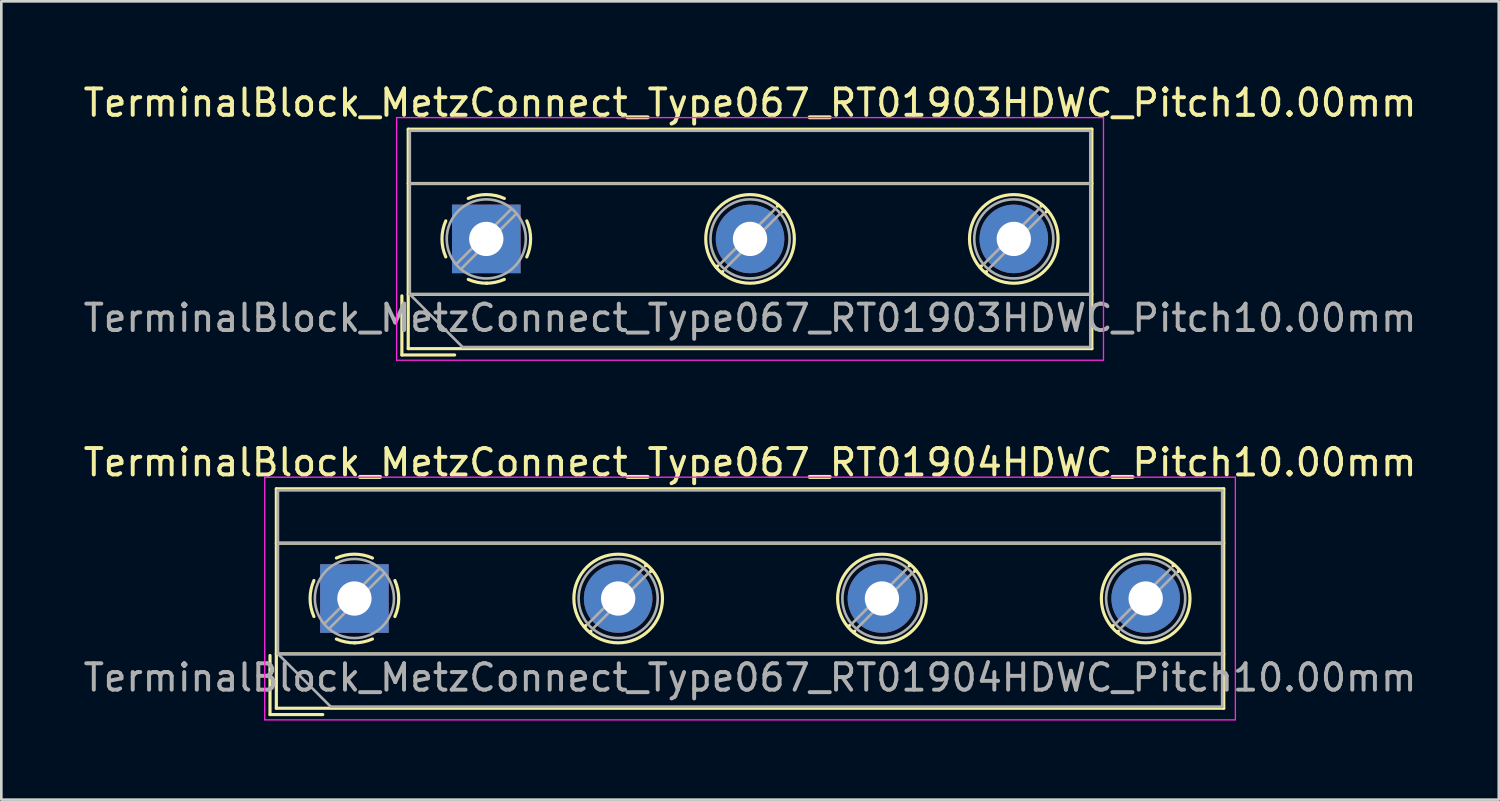
<source format=kicad_pcb>
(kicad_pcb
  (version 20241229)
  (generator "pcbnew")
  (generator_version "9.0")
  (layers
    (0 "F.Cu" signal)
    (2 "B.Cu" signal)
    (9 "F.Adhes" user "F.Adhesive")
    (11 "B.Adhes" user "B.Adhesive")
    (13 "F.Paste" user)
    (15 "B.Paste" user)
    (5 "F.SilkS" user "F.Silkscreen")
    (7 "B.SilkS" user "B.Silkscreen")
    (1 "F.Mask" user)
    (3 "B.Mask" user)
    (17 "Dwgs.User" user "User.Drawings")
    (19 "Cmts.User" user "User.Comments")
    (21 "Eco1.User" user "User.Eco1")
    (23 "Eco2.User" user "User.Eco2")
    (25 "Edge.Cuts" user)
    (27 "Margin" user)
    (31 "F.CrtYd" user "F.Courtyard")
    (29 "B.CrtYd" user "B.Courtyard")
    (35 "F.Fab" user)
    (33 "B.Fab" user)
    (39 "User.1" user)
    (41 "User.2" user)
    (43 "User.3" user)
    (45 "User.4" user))
  (footprint "TerminalBlock_MetzConnect_Type067_RT01904HDWC_Pitch10.00mm"
    (layer "F.Cu")
    (at 10.387 19.642)
    (property "Reference" "TerminalBlock_MetzConnect_Type067_RT01904HDWC_Pitch10.00mm" (at 15 -5.16 0) (layer "F.SilkS") (effects (font (size 1 1) (thickness 0.15))))
    (attr through_hole)
    (fp_line (start -3.2 2.16) (end -3.2 4.4) (stroke (width 0.12) (type solid)) (layer "F.SilkS"))
    (fp_line (start -3.2 4.4) (end -1.2 4.4) (stroke (width 0.12) (type solid)) (layer "F.SilkS"))
    (fp_line (start -2.96 -4.16) (end -2.96 4.16) (stroke (width 0.12) (type solid)) (layer "F.SilkS"))
    (fp_line (start -2.96 -2.1) (end 32.96 -2.1) (stroke (width 0.12) (type solid)) (layer "F.SilkS"))
    (fp_line (start -2.96 2.1) (end 32.96 2.1) (stroke (width 0.12) (type solid)) (layer "F.SilkS"))
    (fp_line (start -2.96 4.16) (end 32.96 4.16) (stroke (width 0.12) (type solid)) (layer "F.SilkS"))
    (fp_line (start 8.773 1.023) (end 8.726 1.069) (stroke (width 0.12) (type solid)) (layer "F.SilkS"))
    (fp_line (start 8.966 1.239) (end 8.931 1.274) (stroke (width 0.12) (type solid)) (layer "F.SilkS"))
    (fp_line (start 11.07 -1.275) (end 11.035 -1.239) (stroke (width 0.12) (type solid)) (layer "F.SilkS"))
    (fp_line (start 11.275 -1.069) (end 11.228 -1.023) (stroke (width 0.12) (type solid)) (layer "F.SilkS"))
    (fp_line (start 18.773 1.023) (end 18.726 1.069) (stroke (width 0.12) (type solid)) (layer "F.SilkS"))
    (fp_line (start 18.966 1.239) (end 18.931 1.274) (stroke (width 0.12) (type solid)) (layer "F.SilkS"))
    (fp_line (start 21.07 -1.275) (end 21.035 -1.239) (stroke (width 0.12) (type solid)) (layer "F.SilkS"))
    (fp_line (start 21.275 -1.069) (end 21.228 -1.023) (stroke (width 0.12) (type solid)) (layer "F.SilkS"))
    (fp_line (start 28.773 1.023) (end 28.726 1.069) (stroke (width 0.12) (type solid)) (layer "F.SilkS"))
    (fp_line (start 28.966 1.239) (end 28.931 1.274) (stroke (width 0.12) (type solid)) (layer "F.SilkS"))
    (fp_line (start 31.07 -1.275) (end 31.035 -1.239) (stroke (width 0.12) (type solid)) (layer "F.SilkS"))
    (fp_line (start 31.275 -1.069) (end 31.228 -1.023) (stroke (width 0.12) (type solid)) (layer "F.SilkS"))
    (fp_line (start 32.96 -4.16) (end -2.96 -4.16) (stroke (width 0.12) (type solid)) (layer "F.SilkS"))
    (fp_line (start 32.96 4.16) (end 32.96 -4.16) (stroke (width 0.12) (type solid)) (layer "F.SilkS"))
    (fp_arc (start -1.535427 0.683042) (mid -1.680501 -0.000524) (end -1.535 -0.684) (stroke (width 0.12) (type solid)) (layer "F.SilkS"))
    (fp_arc (start -0.683042 -1.535427) (mid 0.000524 -1.680501) (end 0.684 -1.535) (stroke (width 0.12) (type solid)) (layer "F.SilkS"))
    (fp_arc (start 0.028805 1.680253) (mid -0.335551 1.646659) (end -0.684 1.535) (stroke (width 0.12) (type solid)) (layer "F.SilkS"))
    (fp_arc (start 0.683318 1.534756) (mid 0.349292 1.643288) (end 0 1.68) (stroke (width 0.12) (type solid)) (layer "F.SilkS"))
    (fp_arc (start 1.535427 -0.683042) (mid 1.680501 0.000524) (end 1.535 0.684) (stroke (width 0.12) (type solid)) (layer "F.SilkS"))
    (fp_circle (center 10 0) (end 11.68 0) (stroke (width 0.12) (type solid)) (fill no) (layer "F.SilkS"))
    (fp_circle (center 20 0) (end 21.68 0) (stroke (width 0.12) (type solid)) (fill no) (layer "F.SilkS"))
    (fp_circle (center 30 0) (end 31.68 0) (stroke (width 0.12) (type solid)) (fill no) (layer "F.SilkS"))
    (fp_line (start -3.4 -4.6) (end -3.4 4.6) (stroke (width 0.05) (type solid)) (layer "F.CrtYd"))
    (fp_line (start -3.4 4.6) (end 33.4 4.6) (stroke (width 0.05) (type solid)) (layer "F.CrtYd"))
    (fp_line (start 33.4 -4.6) (end -3.4 -4.6) (stroke (width 0.05) (type solid)) (layer "F.CrtYd"))
    (fp_line (start 33.4 4.6) (end 33.4 -4.6) (stroke (width 0.05) (type solid)) (layer "F.CrtYd"))
    (fp_line (start -2.9 -4.1) (end 32.9 -4.1) (stroke (width 0.1) (type solid)) (layer "F.Fab"))
    (fp_line (start -2.9 -2.1) (end 32.9 -2.1) (stroke (width 0.1) (type solid)) (layer "F.Fab"))
    (fp_line (start -2.9 2.1) (end -2.9 -4.1) (stroke (width 0.1) (type solid)) (layer "F.Fab"))
    (fp_line (start -2.9 2.1) (end 32.9 2.1) (stroke (width 0.1) (type solid)) (layer "F.Fab"))
    (fp_line (start -0.9 4.1) (end -2.9 2.1) (stroke (width 0.1) (type solid)) (layer "F.Fab"))
    (fp_line (start 0.955 -1.138) (end -1.138 0.955) (stroke (width 0.1) (type solid)) (layer "F.Fab"))
    (fp_line (start 1.138 -0.955) (end -0.955 1.138) (stroke (width 0.1) (type solid)) (layer "F.Fab"))
    (fp_line (start 10.955 -1.138) (end 8.863 0.955) (stroke (width 0.1) (type solid)) (layer "F.Fab"))
    (fp_line (start 11.138 -0.955) (end 9.046 1.138) (stroke (width 0.1) (type solid)) (layer "F.Fab"))
    (fp_line (start 20.955 -1.138) (end 18.863 0.955) (stroke (width 0.1) (type solid)) (layer "F.Fab"))
    (fp_line (start 21.138 -0.955) (end 19.046 1.138) (stroke (width 0.1) (type solid)) (layer "F.Fab"))
    (fp_line (start 30.955 -1.138) (end 28.863 0.955) (stroke (width 0.1) (type solid)) (layer "F.Fab"))
    (fp_line (start 31.138 -0.955) (end 29.046 1.138) (stroke (width 0.1) (type solid)) (layer "F.Fab"))
    (fp_line (start 32.9 -4.1) (end 32.9 4.1) (stroke (width 0.1) (type solid)) (layer "F.Fab"))
    (fp_line (start 32.9 4.1) (end -0.9 4.1) (stroke (width 0.1) (type solid)) (layer "F.Fab"))
    (fp_circle (center 0 0) (end 1.5 0) (stroke (width 0.1) (type solid)) (fill no) (layer "F.Fab"))
    (fp_circle (center 10 0) (end 11.5 0) (stroke (width 0.1) (type solid)) (fill no) (layer "F.Fab"))
    (fp_circle (center 20 0) (end 21.5 0) (stroke (width 0.1) (type solid)) (fill no) (layer "F.Fab"))
    (fp_circle (center 30 0) (end 31.5 0) (stroke (width 0.1) (type solid)) (fill no) (layer "F.Fab"))
    (fp_text user "${REFERENCE}" (at 15 3 0) (layer "F.Fab") (effects (font (size 1 1) (thickness 0.15))))
    (pad "1" thru_hole rect (at 0 0) (size 2.6 2.6) (drill 1.3) (layers "*.Cu" "*.Mask"))
    (pad "2" thru_hole circle (at 10 0) (size 2.6 2.6) (drill 1.3) (layers "*.Cu" "*.Mask"))
    (pad "3" thru_hole circle (at 20 0) (size 2.6 2.6) (drill 1.3) (layers "*.Cu" "*.Mask"))
    (pad "4" thru_hole circle (at 30 0) (size 2.6 2.6) (drill 1.3) (layers "*.Cu" "*.Mask")))
  (footprint "TerminalBlock_MetzConnect_Type067_RT01903HDWC_Pitch10.00mm"
    (layer "F.Cu")
    (at 15.387 6.008)
    (property "Reference" "TerminalBlock_MetzConnect_Type067_RT01903HDWC_Pitch10.00mm" (at 10 -5.16 0) (layer "F.SilkS") (effects (font (size 1 1) (thickness 0.15))))
    (attr through_hole)
    (fp_line (start -3.2 2.16) (end -3.2 4.4) (stroke (width 0.12) (type solid)) (layer "F.SilkS"))
    (fp_line (start -3.2 4.4) (end -1.2 4.4) (stroke (width 0.12) (type solid)) (layer "F.SilkS"))
    (fp_line (start -2.96 -4.16) (end -2.96 4.16) (stroke (width 0.12) (type solid)) (layer "F.SilkS"))
    (fp_line (start -2.96 -2.1) (end 22.96 -2.1) (stroke (width 0.12) (type solid)) (layer "F.SilkS"))
    (fp_line (start -2.96 2.1) (end 22.96 2.1) (stroke (width 0.12) (type solid)) (layer "F.SilkS"))
    (fp_line (start -2.96 4.16) (end 22.96 4.16) (stroke (width 0.12) (type solid)) (layer "F.SilkS"))
    (fp_line (start 8.773 1.023) (end 8.726 1.069) (stroke (width 0.12) (type solid)) (layer "F.SilkS"))
    (fp_line (start 8.966 1.239) (end 8.931 1.274) (stroke (width 0.12) (type solid)) (layer "F.SilkS"))
    (fp_line (start 11.07 -1.275) (end 11.035 -1.239) (stroke (width 0.12) (type solid)) (layer "F.SilkS"))
    (fp_line (start 11.275 -1.069) (end 11.228 -1.023) (stroke (width 0.12) (type solid)) (layer "F.SilkS"))
    (fp_line (start 18.773 1.023) (end 18.726 1.069) (stroke (width 0.12) (type solid)) (layer "F.SilkS"))
    (fp_line (start 18.966 1.239) (end 18.931 1.274) (stroke (width 0.12) (type solid)) (layer "F.SilkS"))
    (fp_line (start 21.07 -1.275) (end 21.035 -1.239) (stroke (width 0.12) (type solid)) (layer "F.SilkS"))
    (fp_line (start 21.275 -1.069) (end 21.228 -1.023) (stroke (width 0.12) (type solid)) (layer "F.SilkS"))
    (fp_line (start 22.96 -4.16) (end -2.96 -4.16) (stroke (width 0.12) (type solid)) (layer "F.SilkS"))
    (fp_line (start 22.96 4.16) (end 22.96 -4.16) (stroke (width 0.12) (type solid)) (layer "F.SilkS"))
    (fp_arc (start -1.535427 0.683042) (mid -1.680501 -0.000524) (end -1.535 -0.684) (stroke (width 0.12) (type solid)) (layer "F.SilkS"))
    (fp_arc (start -0.683042 -1.535427) (mid 0.000524 -1.680501) (end 0.684 -1.535) (stroke (width 0.12) (type solid)) (layer "F.SilkS"))
    (fp_arc (start 0.028805 1.680253) (mid -0.335551 1.646659) (end -0.684 1.535) (stroke (width 0.12) (type solid)) (layer "F.SilkS"))
    (fp_arc (start 0.683318 1.534756) (mid 0.349292 1.643288) (end 0 1.68) (stroke (width 0.12) (type solid)) (layer "F.SilkS"))
    (fp_arc (start 1.535427 -0.683042) (mid 1.680501 0.000524) (end 1.535 0.684) (stroke (width 0.12) (type solid)) (layer "F.SilkS"))
    (fp_circle (center 10 0) (end 11.68 0) (stroke (width 0.12) (type solid)) (fill no) (layer "F.SilkS"))
    (fp_circle (center 20 0) (end 21.68 0) (stroke (width 0.12) (type solid)) (fill no) (layer "F.SilkS"))
    (fp_line (start -3.4 -4.6) (end -3.4 4.6) (stroke (width 0.05) (type solid)) (layer "F.CrtYd"))
    (fp_line (start -3.4 4.6) (end 23.4 4.6) (stroke (width 0.05) (type solid)) (layer "F.CrtYd"))
    (fp_line (start 23.4 -4.6) (end -3.4 -4.6) (stroke (width 0.05) (type solid)) (layer "F.CrtYd"))
    (fp_line (start 23.4 4.6) (end 23.4 -4.6) (stroke (width 0.05) (type solid)) (layer "F.CrtYd"))
    (fp_line (start -2.9 -4.1) (end 22.9 -4.1) (stroke (width 0.1) (type solid)) (layer "F.Fab"))
    (fp_line (start -2.9 -2.1) (end 22.9 -2.1) (stroke (width 0.1) (type solid)) (layer "F.Fab"))
    (fp_line (start -2.9 2.1) (end -2.9 -4.1) (stroke (width 0.1) (type solid)) (layer "F.Fab"))
    (fp_line (start -2.9 2.1) (end 22.9 2.1) (stroke (width 0.1) (type solid)) (layer "F.Fab"))
    (fp_line (start -0.9 4.1) (end -2.9 2.1) (stroke (width 0.1) (type solid)) (layer "F.Fab"))
    (fp_line (start 0.955 -1.138) (end -1.138 0.955) (stroke (width 0.1) (type solid)) (layer "F.Fab"))
    (fp_line (start 1.138 -0.955) (end -0.955 1.138) (stroke (width 0.1) (type solid)) (layer "F.Fab"))
    (fp_line (start 10.955 -1.138) (end 8.863 0.955) (stroke (width 0.1) (type solid)) (layer "F.Fab"))
    (fp_line (start 11.138 -0.955) (end 9.046 1.138) (stroke (width 0.1) (type solid)) (layer "F.Fab"))
    (fp_line (start 20.955 -1.138) (end 18.863 0.955) (stroke (width 0.1) (type solid)) (layer "F.Fab"))
    (fp_line (start 21.138 -0.955) (end 19.046 1.138) (stroke (width 0.1) (type solid)) (layer "F.Fab"))
    (fp_line (start 22.9 -4.1) (end 22.9 4.1) (stroke (width 0.1) (type solid)) (layer "F.Fab"))
    (fp_line (start 22.9 4.1) (end -0.9 4.1) (stroke (width 0.1) (type solid)) (layer "F.Fab"))
    (fp_circle (center 0 0) (end 1.5 0) (stroke (width 0.1) (type solid)) (fill no) (layer "F.Fab"))
    (fp_circle (center 10 0) (end 11.5 0) (stroke (width 0.1) (type solid)) (fill no) (layer "F.Fab"))
    (fp_circle (center 20 0) (end 21.5 0) (stroke (width 0.1) (type solid)) (fill no) (layer "F.Fab"))
    (fp_text user "${REFERENCE}" (at 10 3 0) (layer "F.Fab") (effects (font (size 1 1) (thickness 0.15))))
    (pad "1" thru_hole rect (at 0 0) (size 2.6 2.6) (drill 1.3) (layers "*.Cu" "*.Mask"))
    (pad "2" thru_hole circle (at 10 0) (size 2.6 2.6) (drill 1.3) (layers "*.Cu" "*.Mask"))
    (pad "3" thru_hole circle (at 20 0) (size 2.6 2.6) (drill 1.3) (layers "*.Cu" "*.Mask")))
  (gr_rect
    (start -3 -3)
    (end 53.774 27.267)
    (stroke (width 0.1) (type default))
    (fill no)
    (layer "Edge.Cuts")))
</source>
